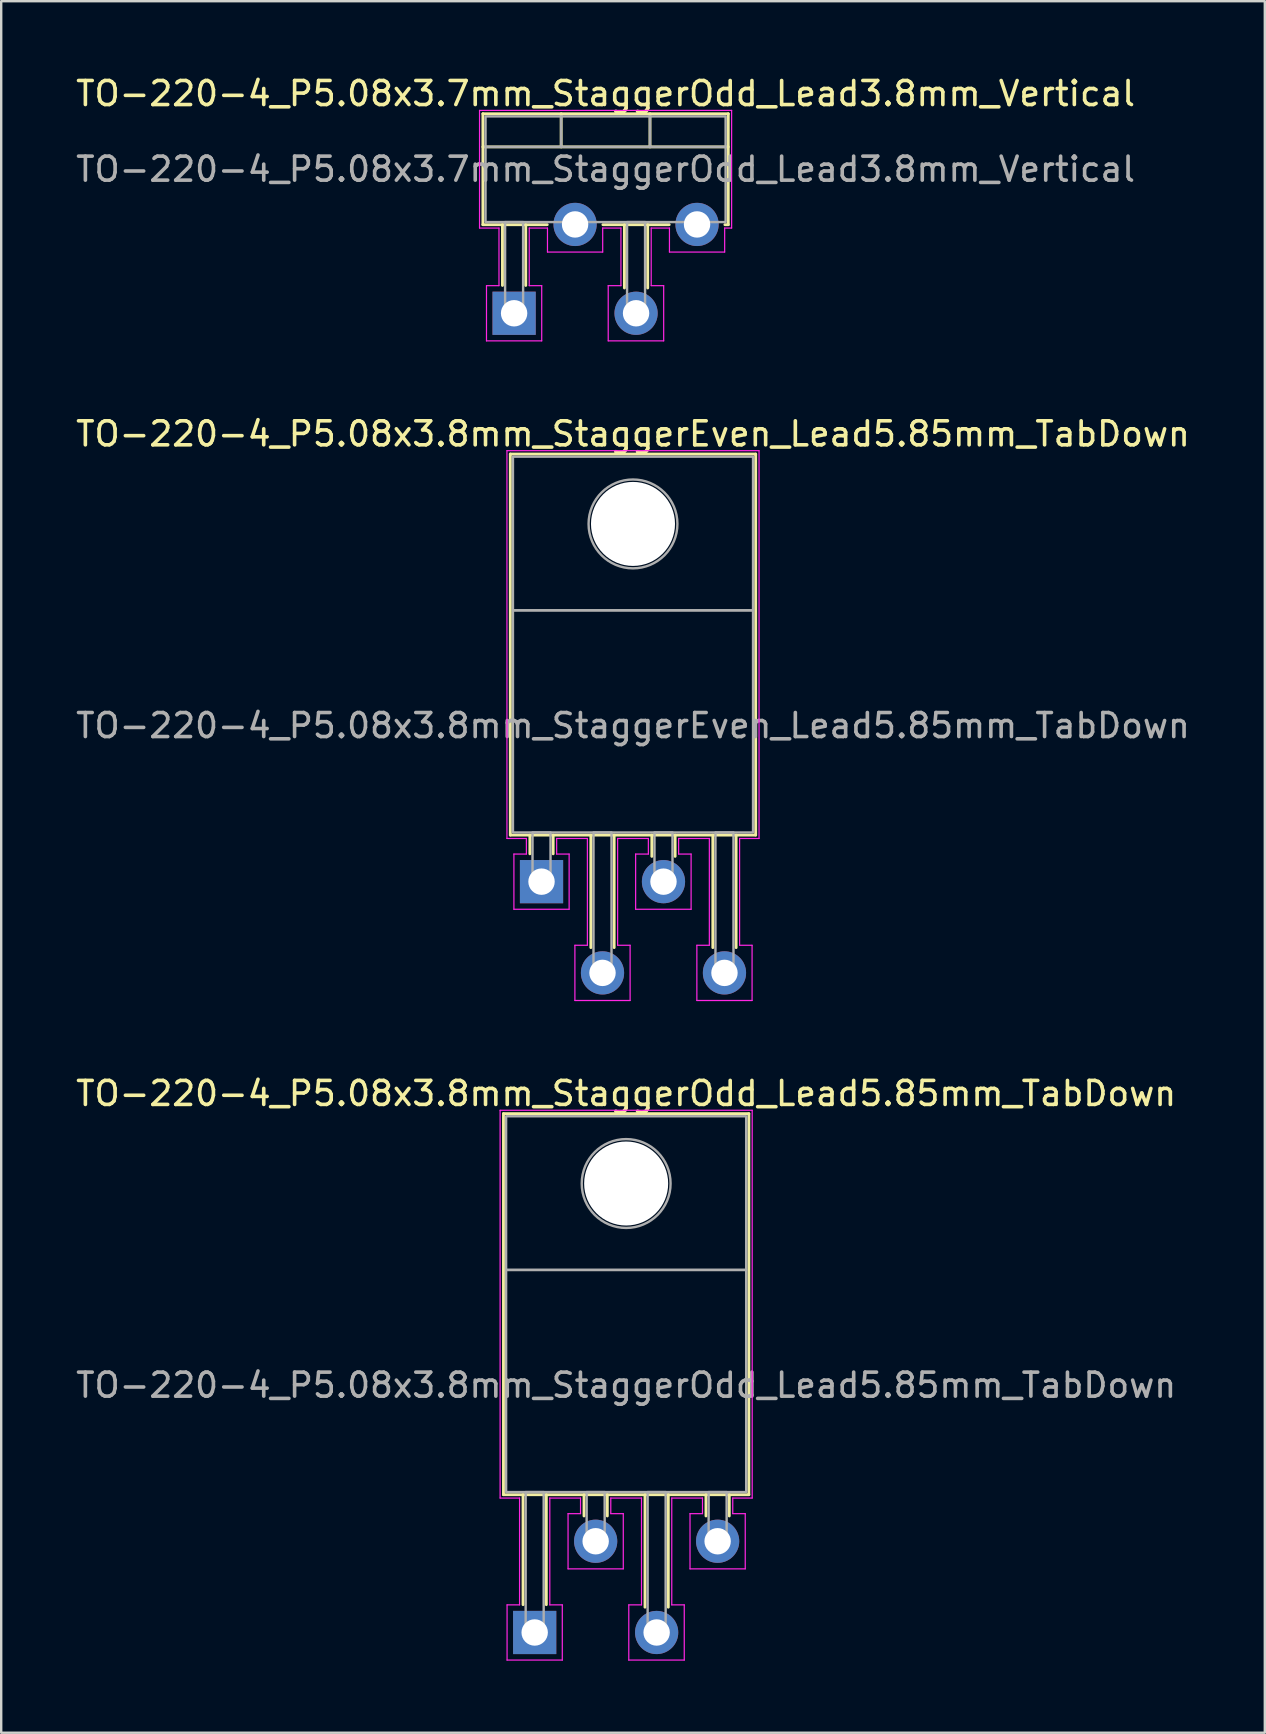
<source format=kicad_pcb>
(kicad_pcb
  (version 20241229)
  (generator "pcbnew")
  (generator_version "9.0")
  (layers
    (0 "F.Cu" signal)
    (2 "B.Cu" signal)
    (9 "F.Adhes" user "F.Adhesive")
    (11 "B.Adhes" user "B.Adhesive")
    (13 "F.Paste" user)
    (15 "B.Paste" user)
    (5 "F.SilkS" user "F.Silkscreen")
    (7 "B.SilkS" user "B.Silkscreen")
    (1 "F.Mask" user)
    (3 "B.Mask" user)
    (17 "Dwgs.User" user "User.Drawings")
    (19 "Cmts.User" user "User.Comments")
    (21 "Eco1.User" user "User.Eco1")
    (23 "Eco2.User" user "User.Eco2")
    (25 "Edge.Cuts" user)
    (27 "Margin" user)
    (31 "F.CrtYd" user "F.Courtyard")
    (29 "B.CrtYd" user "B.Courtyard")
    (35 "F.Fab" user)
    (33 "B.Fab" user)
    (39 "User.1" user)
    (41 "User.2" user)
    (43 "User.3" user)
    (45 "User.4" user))
  (footprint "TO-220-4_P5.08x3.7mm_StaggerOdd_Lead3.8mm_Vertical"
    (layer "F.Cu")
    (at 18.363 9.998)
    (property "Reference" "TO-220-4_P5.08x3.7mm_StaggerOdd_Lead3.8mm_Vertical" (at 3.81 -9.15 0) (layer "F.SilkS") (effects (font (size 1 1) (thickness 0.15))))
    (attr through_hole)
    (fp_line (start -1.3 -8.31) (end 8.92 -8.31) (stroke (width 0.12) (type solid)) (layer "F.SilkS"))
    (fp_line (start -1.3 -6.93) (end 8.92 -6.93) (stroke (width 0.12) (type solid)) (layer "F.SilkS"))
    (fp_line (start -1.3 -3.69) (end -1.3 -8.31) (stroke (width 0.12) (type solid)) (layer "F.SilkS"))
    (fp_line (start -0.485 -3.69) (end -0.485 -1.16) (stroke (width 0.12) (type solid)) (layer "F.SilkS"))
    (fp_line (start 0.485 -3.69) (end 0.485 -1.16) (stroke (width 0.12) (type solid)) (layer "F.SilkS"))
    (fp_line (start 1.38 -3.69) (end -1.3 -3.69) (stroke (width 0.12) (type solid)) (layer "F.SilkS"))
    (fp_line (start 1.96 -8.31) (end 1.96 -6.93) (stroke (width 0.12) (type solid)) (layer "F.SilkS"))
    (fp_line (start 4.595 -3.69) (end 4.595 -1.054) (stroke (width 0.12) (type solid)) (layer "F.SilkS"))
    (fp_line (start 5.565 -3.69) (end 5.565 -1.054) (stroke (width 0.12) (type solid)) (layer "F.SilkS"))
    (fp_line (start 5.66 -8.31) (end 5.66 -6.93) (stroke (width 0.12) (type solid)) (layer "F.SilkS"))
    (fp_line (start 6.46 -3.69) (end 3.7 -3.69) (stroke (width 0.12) (type solid)) (layer "F.SilkS"))
    (fp_line (start 8.92 -8.31) (end 8.92 -3.69) (stroke (width 0.12) (type solid)) (layer "F.SilkS"))
    (fp_line (start 8.92 -3.69) (end 8.78 -3.69) (stroke (width 0.12) (type solid)) (layer "F.SilkS"))
    (fp_line (start -1.44 -8.45) (end 9.06 -8.45) (stroke (width 0.05) (type solid)) (layer "F.CrtYd"))
    (fp_line (start -1.44 -3.55) (end -1.44 -8.45) (stroke (width 0.05) (type solid)) (layer "F.CrtYd"))
    (fp_line (start -1.15 -1.15) (end -0.63 -1.15) (stroke (width 0.05) (type solid)) (layer "F.CrtYd"))
    (fp_line (start -1.15 1.15) (end -1.15 -1.15) (stroke (width 0.05) (type solid)) (layer "F.CrtYd"))
    (fp_line (start -0.63 -3.55) (end -1.44 -3.55) (stroke (width 0.05) (type solid)) (layer "F.CrtYd"))
    (fp_line (start -0.63 -1.15) (end -0.63 -3.55) (stroke (width 0.05) (type solid)) (layer "F.CrtYd"))
    (fp_line (start 0.63 -3.55) (end 0.63 -1.15) (stroke (width 0.05) (type solid)) (layer "F.CrtYd"))
    (fp_line (start 0.63 -1.15) (end 1.15 -1.15) (stroke (width 0.05) (type solid)) (layer "F.CrtYd"))
    (fp_line (start 1.15 -1.15) (end 1.15 1.15) (stroke (width 0.05) (type solid)) (layer "F.CrtYd"))
    (fp_line (start 1.15 1.15) (end -1.15 1.15) (stroke (width 0.05) (type solid)) (layer "F.CrtYd"))
    (fp_line (start 1.39 -3.55) (end 0.63 -3.55) (stroke (width 0.05) (type solid)) (layer "F.CrtYd"))
    (fp_line (start 1.39 -2.55) (end 1.39 -3.55) (stroke (width 0.05) (type solid)) (layer "F.CrtYd"))
    (fp_line (start 3.69 -3.55) (end 3.69 -2.55) (stroke (width 0.05) (type solid)) (layer "F.CrtYd"))
    (fp_line (start 3.69 -2.55) (end 1.39 -2.55) (stroke (width 0.05) (type solid)) (layer "F.CrtYd"))
    (fp_line (start 3.92 -1.15) (end 4.45 -1.15) (stroke (width 0.05) (type solid)) (layer "F.CrtYd"))
    (fp_line (start 3.92 1.15) (end 3.92 -1.15) (stroke (width 0.05) (type solid)) (layer "F.CrtYd"))
    (fp_line (start 4.45 -3.55) (end 3.69 -3.55) (stroke (width 0.05) (type solid)) (layer "F.CrtYd"))
    (fp_line (start 4.45 -1.15) (end 4.45 -3.55) (stroke (width 0.05) (type solid)) (layer "F.CrtYd"))
    (fp_line (start 5.71 -3.55) (end 5.71 -1.15) (stroke (width 0.05) (type solid)) (layer "F.CrtYd"))
    (fp_line (start 5.71 -1.15) (end 6.23 -1.15) (stroke (width 0.05) (type solid)) (layer "F.CrtYd"))
    (fp_line (start 6.23 -1.15) (end 6.23 1.15) (stroke (width 0.05) (type solid)) (layer "F.CrtYd"))
    (fp_line (start 6.23 1.15) (end 3.92 1.15) (stroke (width 0.05) (type solid)) (layer "F.CrtYd"))
    (fp_line (start 6.47 -3.55) (end 5.71 -3.55) (stroke (width 0.05) (type solid)) (layer "F.CrtYd"))
    (fp_line (start 6.47 -2.55) (end 6.47 -3.55) (stroke (width 0.05) (type solid)) (layer "F.CrtYd"))
    (fp_line (start 8.77 -3.55) (end 8.77 -2.55) (stroke (width 0.05) (type solid)) (layer "F.CrtYd"))
    (fp_line (start 8.77 -2.55) (end 6.47 -2.55) (stroke (width 0.05) (type solid)) (layer "F.CrtYd"))
    (fp_line (start 9.06 -8.45) (end 9.06 -3.55) (stroke (width 0.05) (type solid)) (layer "F.CrtYd"))
    (fp_line (start 9.06 -3.55) (end 8.77 -3.55) (stroke (width 0.05) (type solid)) (layer "F.CrtYd"))
    (fp_line (start -1.19 -6.93) (end 8.81 -6.93) (stroke (width 0.1) (type solid)) (layer "F.Fab"))
    (fp_line (start 1.96 -8.2) (end 1.96 -6.93) (stroke (width 0.1) (type solid)) (layer "F.Fab"))
    (fp_line (start 5.66 -8.2) (end 5.66 -6.93) (stroke (width 0.1) (type solid)) (layer "F.Fab"))
    (fp_rect (start -1.19 -8.2) (end 8.81 -3.8) (stroke (width 0.1) (type solid)) (fill no) (layer "F.Fab"))
    (fp_rect (start -0.375 -3.8) (end 0.375 0) (stroke (width 0.1) (type solid)) (fill no) (layer "F.Fab"))
    (fp_rect (start 2.165 -3.8) (end 2.915 -3.7) (stroke (width 0.1) (type solid)) (fill no) (layer "F.Fab"))
    (fp_rect (start 4.705 -3.8) (end 5.455 0) (stroke (width 0.1) (type solid)) (fill no) (layer "F.Fab"))
    (fp_rect (start 7.245 -3.8) (end 7.995 -3.7) (stroke (width 0.1) (type solid)) (fill no) (layer "F.Fab"))
    (fp_text user "${REFERENCE}" (at 3.81 -6 0) (layer "F.Fab") (effects (font (size 1 1) (thickness 0.15))))
    (pad "1" thru_hole rect (at 0 0) (size 1.8 1.8) (drill 1.1) (layers "*.Cu" "*.Mask"))
    (pad "2" thru_hole circle (at 2.54 -3.7) (size 1.8 1.8) (drill 1.1) (layers "*.Cu" "*.Mask"))
    (pad "3" thru_hole circle (at 5.08 0) (size 1.8 1.8) (drill 1.1) (layers "*.Cu" "*.Mask"))
    (pad "4" thru_hole circle (at 7.62 -3.7) (size 1.8 1.8) (drill 1.1) (layers "*.Cu" "*.Mask")))
  (footprint "TO-220-4_P5.08x3.8mm_StaggerOdd_Lead5.85mm_TabDown"
    (layer "F.Cu")
    (at 19.22 64.945)
    (property "Reference" "TO-220-4_P5.08x3.8mm_StaggerOdd_Lead5.85mm_TabDown" (at 3.81 -22.45 0) (layer "F.SilkS") (effects (font (size 1 1) (thickness 0.15))))
    (attr through_hole)
    (fp_line (start -1.3 -21.61) (end 8.92 -21.61) (stroke (width 0.12) (type solid)) (layer "F.SilkS"))
    (fp_line (start -1.3 -5.74) (end -1.3 -21.61) (stroke (width 0.12) (type solid)) (layer "F.SilkS"))
    (fp_line (start -1.3 -5.74) (end 8.92 -5.74) (stroke (width 0.12) (type solid)) (layer "F.SilkS"))
    (fp_line (start -0.485 -5.74) (end -0.485 -1.16) (stroke (width 0.12) (type solid)) (layer "F.SilkS"))
    (fp_line (start 0.485 -5.74) (end 0.485 -1.16) (stroke (width 0.12) (type solid)) (layer "F.SilkS"))
    (fp_line (start 2.055 -5.74) (end 2.055 -4.854) (stroke (width 0.12) (type solid)) (layer "F.SilkS"))
    (fp_line (start 3.025 -5.74) (end 3.025 -4.854) (stroke (width 0.12) (type solid)) (layer "F.SilkS"))
    (fp_line (start 4.595 -5.74) (end 4.595 -1.054) (stroke (width 0.12) (type solid)) (layer "F.SilkS"))
    (fp_line (start 5.565 -5.74) (end 5.565 -1.054) (stroke (width 0.12) (type solid)) (layer "F.SilkS"))
    (fp_line (start 7.135 -5.74) (end 7.135 -4.854) (stroke (width 0.12) (type solid)) (layer "F.SilkS"))
    (fp_line (start 8.105 -5.74) (end 8.105 -4.854) (stroke (width 0.12) (type solid)) (layer "F.SilkS"))
    (fp_line (start 8.92 -5.74) (end 8.92 -21.61) (stroke (width 0.12) (type solid)) (layer "F.SilkS"))
    (fp_line (start -1.44 -21.75) (end 9.06 -21.75) (stroke (width 0.05) (type solid)) (layer "F.CrtYd"))
    (fp_line (start -1.44 -5.6) (end -1.44 -21.75) (stroke (width 0.05) (type solid)) (layer "F.CrtYd"))
    (fp_line (start -1.15 -1.15) (end -0.63 -1.15) (stroke (width 0.05) (type solid)) (layer "F.CrtYd"))
    (fp_line (start -1.15 1.15) (end -1.15 -1.15) (stroke (width 0.05) (type solid)) (layer "F.CrtYd"))
    (fp_line (start -0.63 -5.6) (end -1.44 -5.6) (stroke (width 0.05) (type solid)) (layer "F.CrtYd"))
    (fp_line (start -0.63 -1.15) (end -0.63 -5.6) (stroke (width 0.05) (type solid)) (layer "F.CrtYd"))
    (fp_line (start 0.63 -5.6) (end 0.63 -1.15) (stroke (width 0.05) (type solid)) (layer "F.CrtYd"))
    (fp_line (start 0.63 -1.15) (end 1.15 -1.15) (stroke (width 0.05) (type solid)) (layer "F.CrtYd"))
    (fp_line (start 1.15 -1.15) (end 1.15 1.15) (stroke (width 0.05) (type solid)) (layer "F.CrtYd"))
    (fp_line (start 1.15 1.15) (end -1.15 1.15) (stroke (width 0.05) (type solid)) (layer "F.CrtYd"))
    (fp_line (start 1.39 -4.95) (end 1.91 -4.95) (stroke (width 0.05) (type solid)) (layer "F.CrtYd"))
    (fp_line (start 1.39 -2.65) (end 1.39 -4.95) (stroke (width 0.05) (type solid)) (layer "F.CrtYd"))
    (fp_line (start 1.91 -5.6) (end 0.63 -5.6) (stroke (width 0.05) (type solid)) (layer "F.CrtYd"))
    (fp_line (start 1.91 -4.95) (end 1.91 -5.6) (stroke (width 0.05) (type solid)) (layer "F.CrtYd"))
    (fp_line (start 3.17 -5.6) (end 3.17 -4.95) (stroke (width 0.05) (type solid)) (layer "F.CrtYd"))
    (fp_line (start 3.17 -4.95) (end 3.69 -4.95) (stroke (width 0.05) (type solid)) (layer "F.CrtYd"))
    (fp_line (start 3.69 -4.95) (end 3.69 -2.65) (stroke (width 0.05) (type solid)) (layer "F.CrtYd"))
    (fp_line (start 3.69 -2.65) (end 1.39 -2.65) (stroke (width 0.05) (type solid)) (layer "F.CrtYd"))
    (fp_line (start 3.92 -1.15) (end 4.45 -1.15) (stroke (width 0.05) (type solid)) (layer "F.CrtYd"))
    (fp_line (start 3.92 1.15) (end 3.92 -1.15) (stroke (width 0.05) (type solid)) (layer "F.CrtYd"))
    (fp_line (start 4.45 -5.6) (end 3.17 -5.6) (stroke (width 0.05) (type solid)) (layer "F.CrtYd"))
    (fp_line (start 4.45 -1.15) (end 4.45 -5.6) (stroke (width 0.05) (type solid)) (layer "F.CrtYd"))
    (fp_line (start 5.71 -5.6) (end 5.71 -1.15) (stroke (width 0.05) (type solid)) (layer "F.CrtYd"))
    (fp_line (start 5.71 -1.15) (end 6.23 -1.15) (stroke (width 0.05) (type solid)) (layer "F.CrtYd"))
    (fp_line (start 6.23 -1.15) (end 6.23 1.15) (stroke (width 0.05) (type solid)) (layer "F.CrtYd"))
    (fp_line (start 6.23 1.15) (end 3.92 1.15) (stroke (width 0.05) (type solid)) (layer "F.CrtYd"))
    (fp_line (start 6.47 -4.95) (end 6.99 -4.95) (stroke (width 0.05) (type solid)) (layer "F.CrtYd"))
    (fp_line (start 6.47 -2.65) (end 6.47 -4.95) (stroke (width 0.05) (type solid)) (layer "F.CrtYd"))
    (fp_line (start 6.99 -5.6) (end 5.71 -5.6) (stroke (width 0.05) (type solid)) (layer "F.CrtYd"))
    (fp_line (start 6.99 -4.95) (end 6.99 -5.6) (stroke (width 0.05) (type solid)) (layer "F.CrtYd"))
    (fp_line (start 8.25 -5.6) (end 8.25 -4.95) (stroke (width 0.05) (type solid)) (layer "F.CrtYd"))
    (fp_line (start 8.25 -4.95) (end 8.77 -4.95) (stroke (width 0.05) (type solid)) (layer "F.CrtYd"))
    (fp_line (start 8.77 -4.95) (end 8.77 -2.65) (stroke (width 0.05) (type solid)) (layer "F.CrtYd"))
    (fp_line (start 8.77 -2.65) (end 6.47 -2.65) (stroke (width 0.05) (type solid)) (layer "F.CrtYd"))
    (fp_line (start 9.06 -21.75) (end 9.06 -5.6) (stroke (width 0.05) (type solid)) (layer "F.CrtYd"))
    (fp_line (start 9.06 -5.6) (end 8.25 -5.6) (stroke (width 0.05) (type solid)) (layer "F.CrtYd"))
    (fp_rect (start -1.19 -21.5) (end 8.81 -15.1) (stroke (width 0.1) (type solid)) (fill no) (layer "F.Fab"))
    (fp_rect (start -1.19 -15.1) (end 8.81 -5.85) (stroke (width 0.1) (type solid)) (fill no) (layer "F.Fab"))
    (fp_rect (start -0.375 -5.85) (end 0.375 0) (stroke (width 0.1) (type solid)) (fill no) (layer "F.Fab"))
    (fp_rect (start 2.165 -5.85) (end 2.915 -3.8) (stroke (width 0.1) (type solid)) (fill no) (layer "F.Fab"))
    (fp_rect (start 4.705 -5.85) (end 5.455 0) (stroke (width 0.1) (type solid)) (fill no) (layer "F.Fab"))
    (fp_rect (start 7.245 -5.85) (end 7.995 -3.8) (stroke (width 0.1) (type solid)) (fill no) (layer "F.Fab"))
    (fp_circle (center 3.81 -18.7) (end 5.66 -18.7) (stroke (width 0.1) (type solid)) (fill no) (layer "F.Fab"))
    (fp_text user "${REFERENCE}" (at 3.81 -10.3 0) (layer "F.Fab") (effects (font (size 1 1) (thickness 0.15))))
    (pad "" np_thru_hole circle (at 3.81 -18.7) (size 3.5 3.5) (drill 3.5) (layers "*.Cu" "*.Mask"))
    (pad "1" thru_hole rect (at 0 0) (size 1.8 1.8) (drill 1.1) (layers "*.Cu" "*.Mask"))
    (pad "2" thru_hole circle (at 2.54 -3.8) (size 1.8 1.8) (drill 1.1) (layers "*.Cu" "*.Mask"))
    (pad "3" thru_hole circle (at 5.08 0) (size 1.8 1.8) (drill 1.1) (layers "*.Cu" "*.Mask"))
    (pad "4" thru_hole circle (at 7.62 -3.8) (size 1.8 1.8) (drill 1.1) (layers "*.Cu" "*.Mask")))
  (footprint "TO-220-4_P5.08x3.8mm_StaggerEven_Lead5.85mm_TabDown"
    (layer "F.Cu")
    (at 19.505 33.672)
    (property "Reference" "TO-220-4_P5.08x3.8mm_StaggerEven_Lead5.85mm_TabDown" (at 3.81 -18.65 0) (layer "F.SilkS") (effects (font (size 1 1) (thickness 0.15))))
    (attr through_hole)
    (fp_line (start -1.3 -17.81) (end 8.92 -17.81) (stroke (width 0.12) (type solid)) (layer "F.SilkS"))
    (fp_line (start -1.3 -1.94) (end -1.3 -17.81) (stroke (width 0.12) (type solid)) (layer "F.SilkS"))
    (fp_line (start -1.3 -1.94) (end 8.92 -1.94) (stroke (width 0.12) (type solid)) (layer "F.SilkS"))
    (fp_line (start -0.485 -1.94) (end -0.485 -1.16) (stroke (width 0.12) (type solid)) (layer "F.SilkS"))
    (fp_line (start 0.485 -1.94) (end 0.485 -1.16) (stroke (width 0.12) (type solid)) (layer "F.SilkS"))
    (fp_line (start 2.055 -1.94) (end 2.055 2.746) (stroke (width 0.12) (type solid)) (layer "F.SilkS"))
    (fp_line (start 3.025 -1.94) (end 3.025 2.746) (stroke (width 0.12) (type solid)) (layer "F.SilkS"))
    (fp_line (start 4.595 -1.94) (end 4.595 -1.054) (stroke (width 0.12) (type solid)) (layer "F.SilkS"))
    (fp_line (start 5.565 -1.94) (end 5.565 -1.054) (stroke (width 0.12) (type solid)) (layer "F.SilkS"))
    (fp_line (start 7.135 -1.94) (end 7.135 2.746) (stroke (width 0.12) (type solid)) (layer "F.SilkS"))
    (fp_line (start 8.105 -1.94) (end 8.105 2.746) (stroke (width 0.12) (type solid)) (layer "F.SilkS"))
    (fp_line (start 8.92 -1.94) (end 8.92 -17.81) (stroke (width 0.12) (type solid)) (layer "F.SilkS"))
    (fp_line (start -1.44 -17.95) (end 9.06 -17.95) (stroke (width 0.05) (type solid)) (layer "F.CrtYd"))
    (fp_line (start -1.44 -1.8) (end -1.44 -17.95) (stroke (width 0.05) (type solid)) (layer "F.CrtYd"))
    (fp_line (start -1.15 -1.15) (end -0.63 -1.15) (stroke (width 0.05) (type solid)) (layer "F.CrtYd"))
    (fp_line (start -1.15 1.15) (end -1.15 -1.15) (stroke (width 0.05) (type solid)) (layer "F.CrtYd"))
    (fp_line (start -0.63 -1.8) (end -1.44 -1.8) (stroke (width 0.05) (type solid)) (layer "F.CrtYd"))
    (fp_line (start -0.63 -1.15) (end -0.63 -1.8) (stroke (width 0.05) (type solid)) (layer "F.CrtYd"))
    (fp_line (start 0.63 -1.8) (end 0.63 -1.15) (stroke (width 0.05) (type solid)) (layer "F.CrtYd"))
    (fp_line (start 0.63 -1.15) (end 1.15 -1.15) (stroke (width 0.05) (type solid)) (layer "F.CrtYd"))
    (fp_line (start 1.15 -1.15) (end 1.15 1.15) (stroke (width 0.05) (type solid)) (layer "F.CrtYd"))
    (fp_line (start 1.15 1.15) (end -1.15 1.15) (stroke (width 0.05) (type solid)) (layer "F.CrtYd"))
    (fp_line (start 1.39 2.65) (end 1.91 2.65) (stroke (width 0.05) (type solid)) (layer "F.CrtYd"))
    (fp_line (start 1.39 4.95) (end 1.39 2.65) (stroke (width 0.05) (type solid)) (layer "F.CrtYd"))
    (fp_line (start 1.91 -1.8) (end 0.63 -1.8) (stroke (width 0.05) (type solid)) (layer "F.CrtYd"))
    (fp_line (start 1.91 2.65) (end 1.91 -1.8) (stroke (width 0.05) (type solid)) (layer "F.CrtYd"))
    (fp_line (start 3.17 -1.8) (end 3.17 2.65) (stroke (width 0.05) (type solid)) (layer "F.CrtYd"))
    (fp_line (start 3.17 2.65) (end 3.69 2.65) (stroke (width 0.05) (type solid)) (layer "F.CrtYd"))
    (fp_line (start 3.69 2.65) (end 3.69 4.95) (stroke (width 0.05) (type solid)) (layer "F.CrtYd"))
    (fp_line (start 3.69 4.95) (end 1.39 4.95) (stroke (width 0.05) (type solid)) (layer "F.CrtYd"))
    (fp_line (start 3.92 -1.15) (end 4.45 -1.15) (stroke (width 0.05) (type solid)) (layer "F.CrtYd"))
    (fp_line (start 3.92 1.15) (end 3.92 -1.15) (stroke (width 0.05) (type solid)) (layer "F.CrtYd"))
    (fp_line (start 4.45 -1.8) (end 3.17 -1.8) (stroke (width 0.05) (type solid)) (layer "F.CrtYd"))
    (fp_line (start 4.45 -1.15) (end 4.45 -1.8) (stroke (width 0.05) (type solid)) (layer "F.CrtYd"))
    (fp_line (start 5.71 -1.8) (end 5.71 -1.15) (stroke (width 0.05) (type solid)) (layer "F.CrtYd"))
    (fp_line (start 5.71 -1.15) (end 6.23 -1.15) (stroke (width 0.05) (type solid)) (layer "F.CrtYd"))
    (fp_line (start 6.23 -1.15) (end 6.23 1.15) (stroke (width 0.05) (type solid)) (layer "F.CrtYd"))
    (fp_line (start 6.23 1.15) (end 3.92 1.15) (stroke (width 0.05) (type solid)) (layer "F.CrtYd"))
    (fp_line (start 6.47 2.65) (end 6.99 2.65) (stroke (width 0.05) (type solid)) (layer "F.CrtYd"))
    (fp_line (start 6.47 4.95) (end 6.47 2.65) (stroke (width 0.05) (type solid)) (layer "F.CrtYd"))
    (fp_line (start 6.99 -1.8) (end 5.71 -1.8) (stroke (width 0.05) (type solid)) (layer "F.CrtYd"))
    (fp_line (start 6.99 2.65) (end 6.99 -1.8) (stroke (width 0.05) (type solid)) (layer "F.CrtYd"))
    (fp_line (start 8.25 -1.8) (end 8.25 2.65) (stroke (width 0.05) (type solid)) (layer "F.CrtYd"))
    (fp_line (start 8.25 2.65) (end 8.77 2.65) (stroke (width 0.05) (type solid)) (layer "F.CrtYd"))
    (fp_line (start 8.77 2.65) (end 8.77 4.95) (stroke (width 0.05) (type solid)) (layer "F.CrtYd"))
    (fp_line (start 8.77 4.95) (end 6.47 4.95) (stroke (width 0.05) (type solid)) (layer "F.CrtYd"))
    (fp_line (start 9.06 -17.95) (end 9.06 -1.8) (stroke (width 0.05) (type solid)) (layer "F.CrtYd"))
    (fp_line (start 9.06 -1.8) (end 8.25 -1.8) (stroke (width 0.05) (type solid)) (layer "F.CrtYd"))
    (fp_rect (start -1.19 -17.7) (end 8.81 -11.3) (stroke (width 0.1) (type solid)) (fill no) (layer "F.Fab"))
    (fp_rect (start -1.19 -11.3) (end 8.81 -2.05) (stroke (width 0.1) (type solid)) (fill no) (layer "F.Fab"))
    (fp_rect (start -0.375 -2.05) (end 0.375 0) (stroke (width 0.1) (type solid)) (fill no) (layer "F.Fab"))
    (fp_rect (start 2.165 -2.05) (end 2.915 3.8) (stroke (width 0.1) (type solid)) (fill no) (layer "F.Fab"))
    (fp_rect (start 4.705 -2.05) (end 5.455 0) (stroke (width 0.1) (type solid)) (fill no) (layer "F.Fab"))
    (fp_rect (start 7.245 -2.05) (end 7.995 3.8) (stroke (width 0.1) (type solid)) (fill no) (layer "F.Fab"))
    (fp_circle (center 3.81 -14.9) (end 5.66 -14.9) (stroke (width 0.1) (type solid)) (fill no) (layer "F.Fab"))
    (fp_text user "${REFERENCE}" (at 3.81 -6.5 0) (layer "F.Fab") (effects (font (size 1 1) (thickness 0.15))))
    (pad "" np_thru_hole circle (at 3.81 -14.9) (size 3.5 3.5) (drill 3.5) (layers "*.Cu" "*.Mask"))
    (pad "1" thru_hole rect (at 0 0) (size 1.8 1.8) (drill 1.1) (layers "*.Cu" "*.Mask"))
    (pad "2" thru_hole circle (at 2.54 3.8) (size 1.8 1.8) (drill 1.1) (layers "*.Cu" "*.Mask"))
    (pad "3" thru_hole circle (at 5.08 0) (size 1.8 1.8) (drill 1.1) (layers "*.Cu" "*.Mask"))
    (pad "4" thru_hole circle (at 7.62 3.8) (size 1.8 1.8) (drill 1.1) (layers "*.Cu" "*.Mask")))
  (gr_rect
    (start -3 -3)
    (end 49.631 69.12)
    (stroke (width 0.1) (type default))
    (fill no)
    (layer "Edge.Cuts")))
</source>
